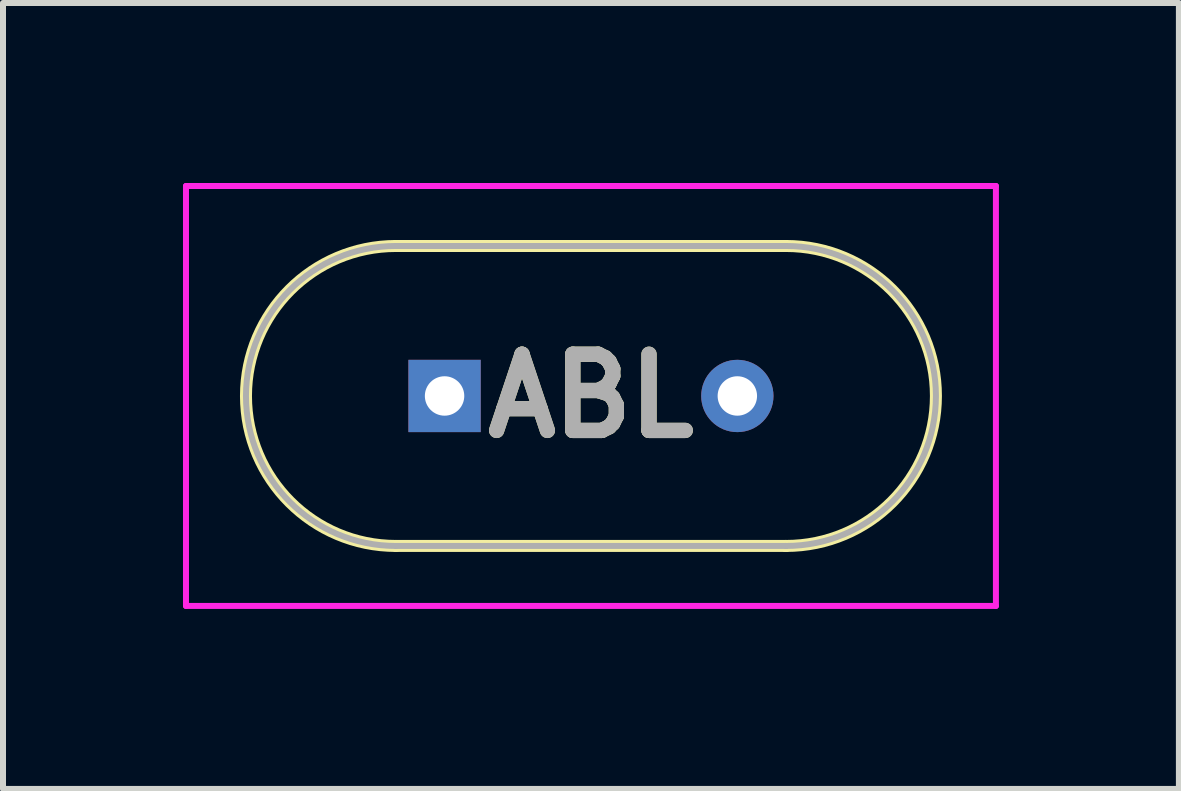
<source format=kicad_pcb>
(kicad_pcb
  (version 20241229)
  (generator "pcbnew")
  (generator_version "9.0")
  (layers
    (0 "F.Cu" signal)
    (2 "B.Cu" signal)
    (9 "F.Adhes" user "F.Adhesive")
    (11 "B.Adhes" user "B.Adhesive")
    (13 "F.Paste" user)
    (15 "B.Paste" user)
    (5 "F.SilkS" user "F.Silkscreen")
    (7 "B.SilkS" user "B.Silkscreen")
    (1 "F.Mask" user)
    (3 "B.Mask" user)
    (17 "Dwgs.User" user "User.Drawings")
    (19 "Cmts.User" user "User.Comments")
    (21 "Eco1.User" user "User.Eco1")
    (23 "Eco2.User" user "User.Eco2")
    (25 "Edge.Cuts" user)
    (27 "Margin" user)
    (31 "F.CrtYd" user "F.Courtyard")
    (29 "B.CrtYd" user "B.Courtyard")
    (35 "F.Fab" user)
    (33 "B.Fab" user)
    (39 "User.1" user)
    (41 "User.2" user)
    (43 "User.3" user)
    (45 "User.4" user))
  (footprint "ABL"
    (layer "F.Cu")
    (at 4.36 3.55)
    (property "Reference" "ABL" (at 2.44 0 0) (layer "F.SilkS") (effects (font (size 1.27 1.27) (thickness 0.254))))
    (attr through_hole)
    (fp_line (start -0.81 -2.5) (end -0.81 -2.5) (stroke (width 0.2) (type solid)) (layer "F.SilkS"))
    (fp_line (start -0.81 2.5) (end 5.69 2.5) (stroke (width 0.2) (type solid)) (layer "F.SilkS"))
    (fp_line (start 5.69 -2.5) (end -0.81 -2.5) (stroke (width 0.2) (type solid)) (layer "F.SilkS"))
    (fp_line (start 5.69 2.5) (end 5.69 2.5) (stroke (width 0.2) (type solid)) (layer "F.SilkS"))
    (fp_arc (start -0.81 2.5) (mid -3.31 0) (end -0.81 -2.5) (stroke (width 0.2) (type solid)) (layer "F.SilkS"))
    (fp_arc (start 5.69 -2.5) (mid 8.19 0) (end 5.69 2.5) (stroke (width 0.2) (type solid)) (layer "F.SilkS"))
    (fp_line (start -4.31 -3.5) (end 9.19 -3.5) (stroke (width 0.1) (type solid)) (layer "F.CrtYd"))
    (fp_line (start -4.31 3.5) (end -4.31 -3.5) (stroke (width 0.1) (type solid)) (layer "F.CrtYd"))
    (fp_line (start 9.19 -3.5) (end 9.19 3.5) (stroke (width 0.1) (type solid)) (layer "F.CrtYd"))
    (fp_line (start 9.19 3.5) (end -4.31 3.5) (stroke (width 0.1) (type solid)) (layer "F.CrtYd"))
    (fp_line (start -0.81 -2.5) (end -0.81 -2.5) (stroke (width 0.1) (type solid)) (layer "F.Fab"))
    (fp_line (start -0.81 2.5) (end 5.69 2.5) (stroke (width 0.1) (type solid)) (layer "F.Fab"))
    (fp_line (start 5.69 -2.5) (end -0.81 -2.5) (stroke (width 0.1) (type solid)) (layer "F.Fab"))
    (fp_line (start 5.69 2.5) (end 5.69 2.5) (stroke (width 0.1) (type solid)) (layer "F.Fab"))
    (fp_arc (start -0.81 2.5) (mid -3.31 0) (end -0.81 -2.5) (stroke (width 0.1) (type solid)) (layer "F.Fab"))
    (fp_arc (start 5.69 -2.5) (mid 8.19 0) (end 5.69 2.5) (stroke (width 0.1) (type solid)) (layer "F.Fab"))
    (fp_text user "${REFERENCE}" (at 2.44 0 0) (layer "F.Fab") (effects (font (size 1.27 1.27) (thickness 0.254))))
    (pad "1" thru_hole rect (at 0 0) (size 1.205 1.205) (drill 0.657) (layers "*.Cu" "*.Mask"))
    (pad "2" thru_hole circle (at 4.88 0) (size 1.205 1.205) (drill 0.657) (layers "*.Cu" "*.Mask")))
  (gr_rect
    (start -3 -3)
    (end 16.6 10.1)
    (stroke (width 0.1) (type default))
    (fill no)
    (layer "Edge.Cuts")))
</source>
